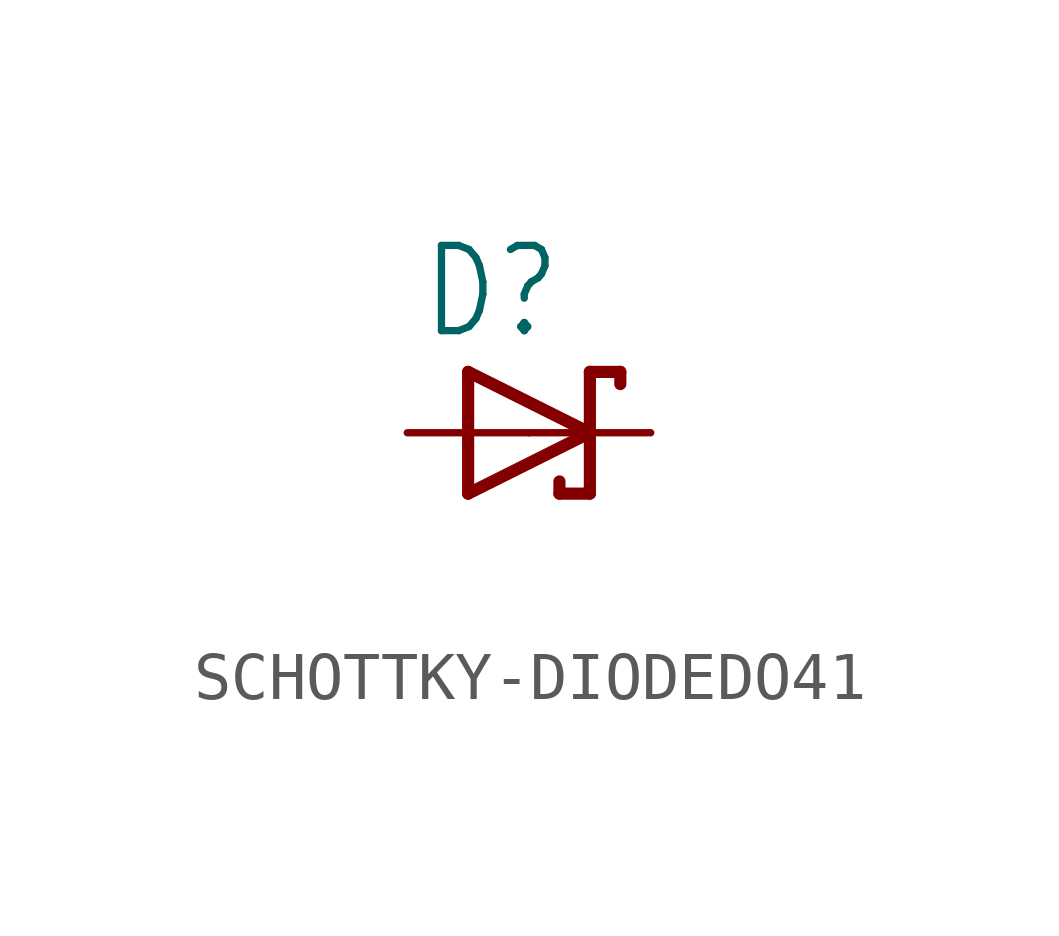
<source format=kicad_sym>
(kicad_symbol_lib
  (version 20220914)
  (generator kicad_symbol_editor)
  (symbol "SCHOTTKY-DIODEDO41"
    (property "Reference" "D"
      (at -2.286 1.905 0)
      (effects (font (size 1.778 1.511)) (justify left bottom)))
    (property "Value" ""
      (at -2.286 -3.429 0)
      (effects (font (size 1.778 1.511)) (justify left bottom)))
    (property "ki_locked" ""
      (at 0 0 0)
      (effects (font (size 1.27 1.27))))
    (symbol "SCHOTTKY-DIODEDO41_1_0"
      (polyline (pts (xy -1.27 -1.27) (xy 1.27 0)) (stroke (width 0.254) (type solid)) (fill (type none)))
      (polyline (pts (xy -1.27 1.27) (xy -1.27 -1.27)) (stroke (width 0.254) (type solid)) (fill (type none)))
      (polyline (pts (xy 0.635 -1.016) (xy 0.635 -1.27)) (stroke (width 0.254) (type solid)) (fill (type none)))
      (polyline (pts (xy 1.27 -1.27) (xy 0.635 -1.27)) (stroke (width 0.254) (type solid)) (fill (type none)))
      (polyline (pts (xy 1.27 0) (xy -1.27 1.27)) (stroke (width 0.254) (type solid)) (fill (type none)))
      (polyline (pts (xy 1.27 0) (xy 1.27 -1.27)) (stroke (width 0.254) (type solid)) (fill (type none)))
      (polyline (pts (xy 1.27 1.27) (xy 1.27 0)) (stroke (width 0.254) (type solid)) (fill (type none)))
      (polyline (pts (xy 1.905 1.27) (xy 1.27 1.27)) (stroke (width 0.254) (type solid)) (fill (type none)))
      (polyline (pts (xy 1.905 1.27) (xy 1.905 1.016)) (stroke (width 0.254) (type solid)) (fill (type none)))
      (pin passive line (at -2.54 0 0) (length 2.54) (name "A" (effects (font (size 0 0)))) (number "A" (effects (font (size 0 0)))))
      (pin passive line (at 2.54 0 180) (length 2.54) (name "C" (effects (font (size 0 0)))) (number "C" (effects (font (size 0 0))))))))
</source>
